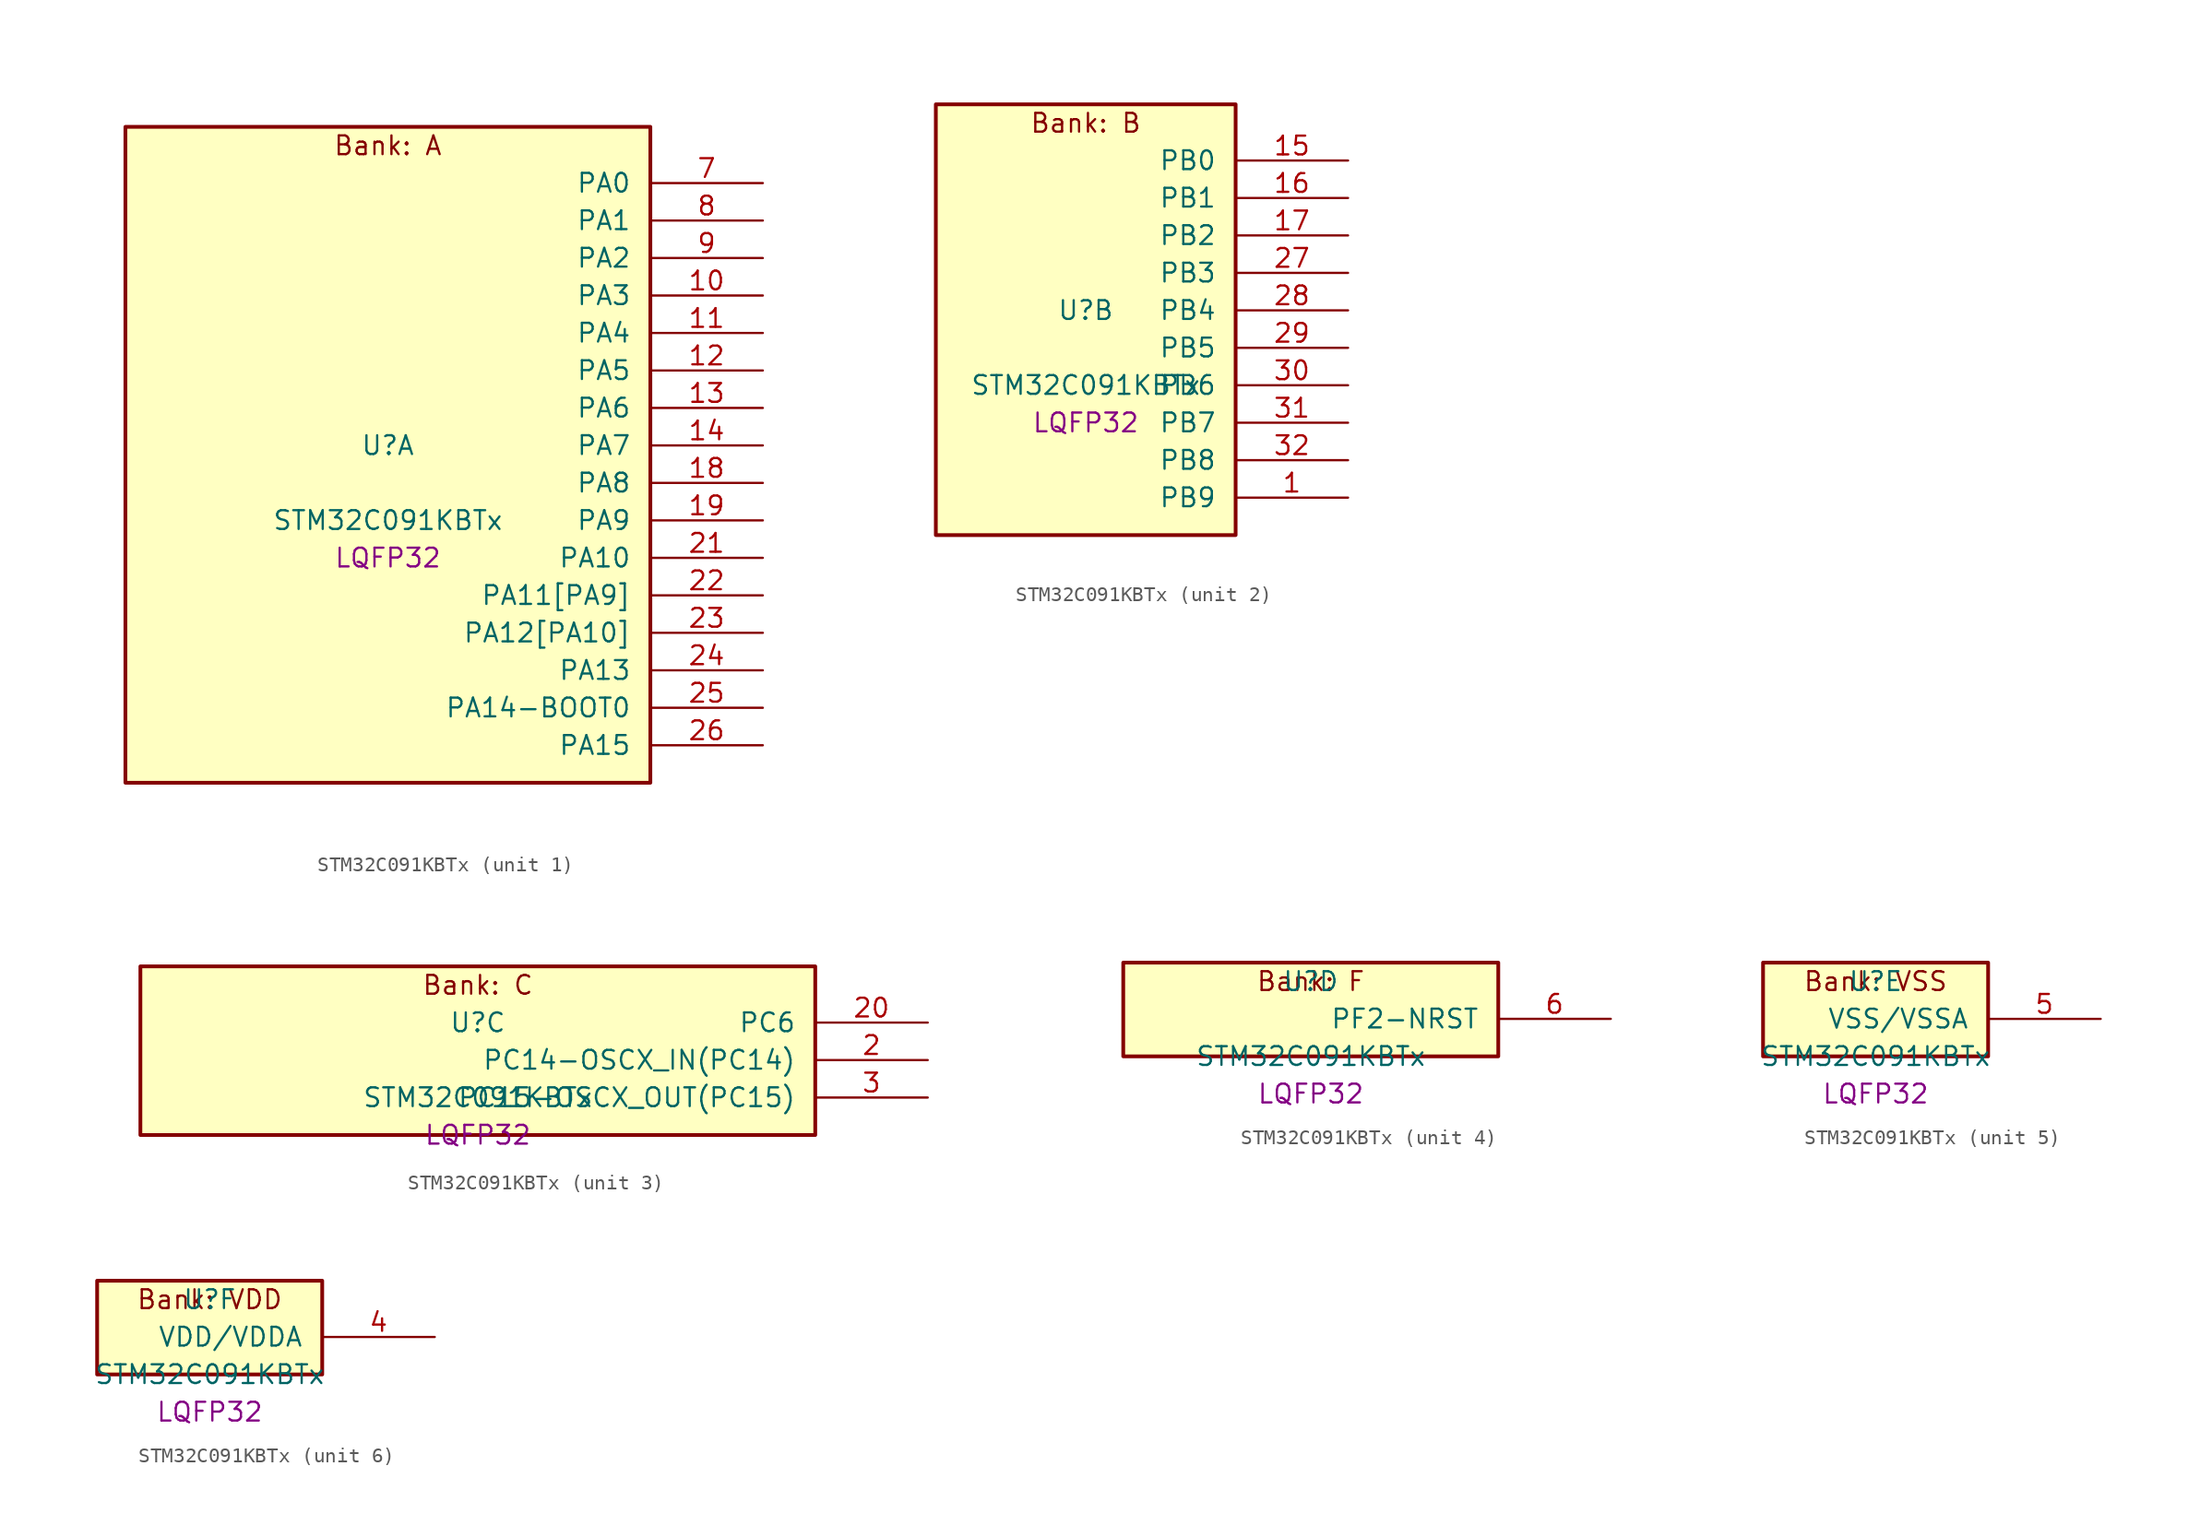
<source format=kicad_sym>
(kicad_symbol_lib
  (version 20241209)
  (generator "stm32_pkl_generator")
  (generator_version "1.0")
  (symbol "STM32C091KBTx"
    (pin_names
      (offset 1.27))
    (property "Reference" "U"
      (at 0 2.54 0))
    (property "Value" "STM32C091KBTx"
      (at 0 -2.54 0))
    (property "Footprint" "LQFP32"
      (at 0 -5.08 0))
    (symbol "STM32C091KBTx_1_1"
      (rectangle (start -17.78 24.13) (end 17.78 -20.32) (stroke (width 0.254) (type solid)) (fill (type background)))
      (text "Bank: A" (at 0 22.86 0))
      (pin bidirectional line (at 25.4 20.32 180) (length 7.62) (name "PA0") (number "7") (alternate "PA0/ADC1_IN0" bidirectional line) (alternate "PA0/PWR_WKUP1" bidirectional line) (alternate "PA0/SPI2_SCK" bidirectional line) (alternate "PA0/TIM16_CH1" bidirectional line) (alternate "PA0/TIM1_CH1" bidirectional line) (alternate "PA0/TIM2_CH1" bidirectional line) (alternate "PA0/TIM2_ETR" bidirectional line) (alternate "PA0/USART1_TX" bidirectional line) (alternate "PA0/USART2_CTS" bidirectional line) (alternate "PA0/USART2_NSS" bidirectional line) (alternate "PA0/USART4_TX" bidirectional line))
      (pin bidirectional line (at 25.4 17.78 180) (length 7.62) (name "PA1") (number "8") (alternate "PA1/ADC1_IN1" bidirectional line) (alternate "PA1/I2C1_SMBA" bidirectional line) (alternate "PA1/I2S1_CK" bidirectional line) (alternate "PA1/SPI1_SCK" bidirectional line) (alternate "PA1/TIM15_CH1N" bidirectional line) (alternate "PA1/TIM17_CH1" bidirectional line) (alternate "PA1/TIM1_CH2" bidirectional line) (alternate "PA1/TIM2_CH2" bidirectional line) (alternate "PA1/USART1_RX" bidirectional line) (alternate "PA1/USART2_CK" bidirectional line) (alternate "PA1/USART2_DE" bidirectional line) (alternate "PA1/USART2_RTS" bidirectional line) (alternate "PA1/USART4_RX" bidirectional line))
      (pin bidirectional line (at 25.4 15.24 180) (length 7.62) (name "PA2") (number "9") (alternate "PA2/ADC1_IN2" bidirectional line) (alternate "PA2/I2S1_SD" bidirectional line) (alternate "PA2/PWR_WKUP4" bidirectional line) (alternate "PA2/RCC_LSCO" bidirectional line) (alternate "PA2/SPI1_MOSI" bidirectional line) (alternate "PA2/TIM15_CH1" bidirectional line) (alternate "PA2/TIM16_CH1N" bidirectional line) (alternate "PA2/TIM1_CH3" bidirectional line) (alternate "PA2/TIM2_CH3" bidirectional line) (alternate "PA2/TIM3_ETR" bidirectional line) (alternate "PA2/USART2_TX" bidirectional line))
      (pin bidirectional line (at 25.4 12.7 180) (length 7.62) (name "PA3") (number "10") (alternate "PA3/ADC1_IN3" bidirectional line) (alternate "PA3/SPI2_MISO" bidirectional line) (alternate "PA3/TIM15_CH2" bidirectional line) (alternate "PA3/TIM1_CH1N" bidirectional line) (alternate "PA3/TIM1_CH4" bidirectional line) (alternate "PA3/TIM2_CH4" bidirectional line) (alternate "PA3/USART2_RX" bidirectional line))
      (pin bidirectional line (at 25.4 10.16 180) (length 7.62) (name "PA4") (number "11") (alternate "PA4/ADC1_IN4" bidirectional line) (alternate "PA4/I2S1_WS" bidirectional line) (alternate "PA4/PWR_WKUP2" bidirectional line) (alternate "PA4/RTC_OUT1" bidirectional line) (alternate "PA4/RTC_TS" bidirectional line) (alternate "PA4/SPI1_NSS" bidirectional line) (alternate "PA4/SPI2_MOSI" bidirectional line) (alternate "PA4/TIM14_CH1" bidirectional line) (alternate "PA4/TIM17_CH1N" bidirectional line) (alternate "PA4/TIM1_CH2N" bidirectional line) (alternate "PA4/USART2_TX" bidirectional line))
      (pin bidirectional line (at 25.4 7.62 180) (length 7.62) (name "PA5") (number "12") (alternate "PA5/ADC1_IN5" bidirectional line) (alternate "PA5/I2S1_CK" bidirectional line) (alternate "PA5/SPI1_SCK" bidirectional line) (alternate "PA5/TIM1_CH1" bidirectional line) (alternate "PA5/TIM1_CH3N" bidirectional line) (alternate "PA5/TIM2_CH1" bidirectional line) (alternate "PA5/TIM2_ETR" bidirectional line) (alternate "PA5/USART2_RX" bidirectional line) (alternate "PA5/USART3_TX" bidirectional line))
      (pin bidirectional line (at 25.4 5.08 180) (length 7.62) (name "PA6") (number "13") (alternate "PA6/ADC1_IN6" bidirectional line) (alternate "PA6/I2C2_SDA" bidirectional line) (alternate "PA6/I2S1_MCK" bidirectional line) (alternate "PA6/SPI1_MISO" bidirectional line) (alternate "PA6/TIM16_CH1" bidirectional line) (alternate "PA6/TIM1_BKIN" bidirectional line) (alternate "PA6/TIM3_CH1" bidirectional line) (alternate "PA6/USART3_CTS" bidirectional line) (alternate "PA6/USART3_NSS" bidirectional line))
      (pin bidirectional line (at 25.4 2.54 180) (length 7.62) (name "PA7") (number "14") (alternate "PA7/ADC1_IN7" bidirectional line) (alternate "PA7/I2C2_SCL" bidirectional line) (alternate "PA7/I2S1_SD" bidirectional line) (alternate "PA7/SPI1_MOSI" bidirectional line) (alternate "PA7/TIM14_CH1" bidirectional line) (alternate "PA7/TIM17_CH1" bidirectional line) (alternate "PA7/TIM1_CH1N" bidirectional line) (alternate "PA7/TIM3_CH2" bidirectional line))
      (pin bidirectional line (at 25.4 0 180) (length 7.62) (name "PA8") (number "18") (alternate "PA8/ADC1_IN8" bidirectional line) (alternate "PA8/I2S1_WS" bidirectional line) (alternate "PA8/RCC_MCO" bidirectional line) (alternate "PA8/RCC_MCO_2" bidirectional line) (alternate "PA8/SPI1_NSS" bidirectional line) (alternate "PA8/SPI2_MISO" bidirectional line) (alternate "PA8/SPI2_NSS" bidirectional line) (alternate "PA8/TIM14_CH1" bidirectional line) (alternate "PA8/TIM1_CH1" bidirectional line) (alternate "PA8/TIM1_CH2N" bidirectional line) (alternate "PA8/TIM1_CH3N" bidirectional line) (alternate "PA8/TIM3_CH3" bidirectional line) (alternate "PA8/TIM3_CH4" bidirectional line) (alternate "PA8/USART1_RX" bidirectional line) (alternate "PA8/USART2_TX" bidirectional line))
      (pin bidirectional line (at 25.4 -2.54 180) (length 7.62) (name "PA9") (number "19") (alternate "PA9/I2C1_SCL" bidirectional line) (alternate "PA9/I2C2_SCL" bidirectional line) (alternate "PA9/RCC_MCO" bidirectional line) (alternate "PA9/SPI2_MISO" bidirectional line) (alternate "PA9/TIM15_BKIN" bidirectional line) (alternate "PA9/TIM1_CH2" bidirectional line) (alternate "PA9/TIM3_ETR" bidirectional line) (alternate "PA9/USART1_TX" bidirectional line) (alternate "PA9/NC" bidirectional line))
      (pin bidirectional line (at 25.4 -5.08 180) (length 7.62) (name "PA10") (number "21") (alternate "PA10/I2C1_SDA" bidirectional line) (alternate "PA10/I2C2_SDA" bidirectional line) (alternate "PA10/RCC_MCO_2" bidirectional line) (alternate "PA10/SPI2_MOSI" bidirectional line) (alternate "PA10/TIM17_BKIN" bidirectional line) (alternate "PA10/TIM1_CH3" bidirectional line) (alternate "PA10/USART1_RX" bidirectional line) (alternate "PA10/NC" bidirectional line))
      (pin bidirectional line (at 25.4 -7.62 180) (length 7.62) (name "PA11[PA9]") (number "22") (alternate "PA11[PA9]/ADC1_EXTI11" bidirectional line) (alternate "PA11[PA9]/I2C2_SCL" bidirectional line) (alternate "PA11[PA9]/I2S1_MCK" bidirectional line) (alternate "PA11[PA9]/SPI1_MISO" bidirectional line) (alternate "PA11[PA9]/TIM1_BKIN2" bidirectional line) (alternate "PA11[PA9]/TIM1_CH4" bidirectional line) (alternate "PA11[PA9]/USART1_CTS" bidirectional line) (alternate "PA11[PA9]/USART1_NSS" bidirectional line) (alternate "PA11[PA9]/PA9[PA11]" bidirectional line) (alternate "PA11[PA9]/I2C1_SCL" bidirectional line) (alternate "PA11[PA9]/RCC_MCO" bidirectional line) (alternate "PA11[PA9]/SPI2_MISO" bidirectional line) (alternate "PA11[PA9]/TIM15_BKIN" bidirectional line) (alternate "PA11[PA9]/TIM1_CH2" bidirectional line) (alternate "PA11[PA9]/TIM3_ETR" bidirectional line) (alternate "PA11[PA9]/USART1_TX" bidirectional line))
      (pin bidirectional line (at 25.4 -10.16 180) (length 7.62) (name "PA12[PA10]") (number "23") (alternate "PA12[PA10]/I2C2_SDA" bidirectional line) (alternate "PA12[PA10]/I2S1_SD" bidirectional line) (alternate "PA12[PA10]/I2S_CKIN" bidirectional line) (alternate "PA12[PA10]/SPI1_MOSI" bidirectional line) (alternate "PA12[PA10]/TIM1_ETR" bidirectional line) (alternate "PA12[PA10]/USART1_CK" bidirectional line) (alternate "PA12[PA10]/USART1_DE" bidirectional line) (alternate "PA12[PA10]/USART1_RTS" bidirectional line) (alternate "PA12[PA10]/PA10[PA12]" bidirectional line) (alternate "PA12[PA10]/I2C1_SDA" bidirectional line) (alternate "PA12[PA10]/RCC_MCO_2" bidirectional line) (alternate "PA12[PA10]/SPI2_MOSI" bidirectional line) (alternate "PA12[PA10]/TIM17_BKIN" bidirectional line) (alternate "PA12[PA10]/TIM1_CH3" bidirectional line) (alternate "PA12[PA10]/USART1_RX" bidirectional line))
      (pin bidirectional line (at 25.4 -12.7 180) (length 7.62) (name "PA13") (number "24") (alternate "PA13/ADC1_IN13" bidirectional line) (alternate "PA13/DEBUG_SWDIO" bidirectional line) (alternate "PA13/IR_OUT" bidirectional line) (alternate "PA13/TIM3_ETR" bidirectional line) (alternate "PA13/USART2_RX" bidirectional line))
      (pin bidirectional line (at 25.4 -15.24 180) (length 7.62) (name "PA14-BOOT0") (number "25") (alternate "PA14-BOOT0/ADC1_IN14" bidirectional line) (alternate "PA14-BOOT0/BOOT0" bidirectional line) (alternate "PA14-BOOT0/DEBUG_SWCLK" bidirectional line) (alternate "PA14-BOOT0/I2S1_WS" bidirectional line) (alternate "PA14-BOOT0/RCC_MCO_2" bidirectional line) (alternate "PA14-BOOT0/SPI1_NSS" bidirectional line) (alternate "PA14-BOOT0/TIM1_CH1" bidirectional line) (alternate "PA14-BOOT0/USART1_CK" bidirectional line) (alternate "PA14-BOOT0/USART1_DE" bidirectional line) (alternate "PA14-BOOT0/USART1_RTS" bidirectional line) (alternate "PA14-BOOT0/USART2_RX" bidirectional line) (alternate "PA14-BOOT0/USART2_TX" bidirectional line))
      (pin bidirectional line (at 25.4 -17.78 180) (length 7.62) (name "PA15") (number "26") (alternate "PA15/I2S1_WS" bidirectional line) (alternate "PA15/RCC_MCO_2" bidirectional line) (alternate "PA15/SPI1_NSS" bidirectional line) (alternate "PA15/TIM1_CH1" bidirectional line) (alternate "PA15/TIM2_CH1" bidirectional line) (alternate "PA15/TIM2_ETR" bidirectional line) (alternate "PA15/USART1_CK" bidirectional line) (alternate "PA15/USART1_DE" bidirectional line) (alternate "PA15/USART1_RTS" bidirectional line) (alternate "PA15/USART2_RX" bidirectional line) (alternate "PA15/USART3_CK" bidirectional line) (alternate "PA15/USART3_DE" bidirectional line) (alternate "PA15/USART3_RTS" bidirectional line) (alternate "PA15/USART4_CK" bidirectional line) (alternate "PA15/USART4_DE" bidirectional line) (alternate "PA15/USART4_RTS" bidirectional line)))
    (symbol "STM32C091KBTx_2_1"
      (rectangle (start -10.16 16.51) (end 10.16 -12.7) (stroke (width 0.254) (type solid)) (fill (type background)))
      (text "Bank: B" (at 0 15.24 0))
      (pin bidirectional line (at 17.78 12.7 180) (length 7.62) (name "PB0") (number "15") (alternate "PB0/ADC1_IN17" bidirectional line) (alternate "PB0/I2S1_WS" bidirectional line) (alternate "PB0/SPI1_NSS" bidirectional line) (alternate "PB0/TIM1_CH2N" bidirectional line) (alternate "PB0/TIM3_CH3" bidirectional line) (alternate "PB0/USART3_RX" bidirectional line))
      (pin bidirectional line (at 17.78 10.16 180) (length 7.62) (name "PB1") (number "16") (alternate "PB1/ADC1_IN18" bidirectional line) (alternate "PB1/TIM14_CH1" bidirectional line) (alternate "PB1/TIM1_CH2N" bidirectional line) (alternate "PB1/TIM1_CH3N" bidirectional line) (alternate "PB1/TIM3_CH4" bidirectional line) (alternate "PB1/USART3_CK" bidirectional line) (alternate "PB1/USART3_DE" bidirectional line) (alternate "PB1/USART3_RTS" bidirectional line))
      (pin bidirectional line (at 17.78 7.62 180) (length 7.62) (name "PB2") (number "17") (alternate "PB2/ADC1_IN19" bidirectional line) (alternate "PB2/RCC_MCO_2" bidirectional line) (alternate "PB2/SPI2_MISO" bidirectional line) (alternate "PB2/USART1_RX" bidirectional line) (alternate "PB2/USART3_TX" bidirectional line))
      (pin bidirectional line (at 17.78 5.08 180) (length 7.62) (name "PB3") (number "27") (alternate "PB3/I2C2_SCL" bidirectional line) (alternate "PB3/I2S1_CK" bidirectional line) (alternate "PB3/SPI1_SCK" bidirectional line) (alternate "PB3/TIM1_CH2" bidirectional line) (alternate "PB3/TIM2_CH2" bidirectional line) (alternate "PB3/TIM3_CH2" bidirectional line) (alternate "PB3/USART1_CK" bidirectional line) (alternate "PB3/USART1_DE" bidirectional line) (alternate "PB3/USART1_RTS" bidirectional line))
      (pin bidirectional line (at 17.78 2.54 180) (length 7.62) (name "PB4") (number "28") (alternate "PB4/I2C2_SDA" bidirectional line) (alternate "PB4/I2S1_MCK" bidirectional line) (alternate "PB4/SPI1_MISO" bidirectional line) (alternate "PB4/TIM17_BKIN" bidirectional line) (alternate "PB4/TIM3_CH1" bidirectional line) (alternate "PB4/USART1_CTS" bidirectional line) (alternate "PB4/USART1_NSS" bidirectional line))
      (pin bidirectional line (at 17.78 0 180) (length 7.62) (name "PB5") (number "29") (alternate "PB5/I2C1_SMBA" bidirectional line) (alternate "PB5/I2S1_SD" bidirectional line) (alternate "PB5/PWR_WKUP6" bidirectional line) (alternate "PB5/SPI1_MOSI" bidirectional line) (alternate "PB5/TIM16_BKIN" bidirectional line) (alternate "PB5/TIM3_CH2" bidirectional line) (alternate "PB5/TIM3_CH3" bidirectional line))
      (pin bidirectional line (at 17.78 -2.54 180) (length 7.62) (name "PB6") (number "30") (alternate "PB6/I2C1_SCL" bidirectional line) (alternate "PB6/I2C1_SMBA" bidirectional line) (alternate "PB6/I2S1_CK" bidirectional line) (alternate "PB6/I2S1_MCK" bidirectional line) (alternate "PB6/I2S1_SD" bidirectional line) (alternate "PB6/PWR_WKUP3" bidirectional line) (alternate "PB6/SPI1_MISO" bidirectional line) (alternate "PB6/SPI1_MOSI" bidirectional line) (alternate "PB6/SPI1_SCK" bidirectional line) (alternate "PB6/SPI2_MISO" bidirectional line) (alternate "PB6/TIM16_BKIN" bidirectional line) (alternate "PB6/TIM16_CH1N" bidirectional line) (alternate "PB6/TIM1_CH2" bidirectional line) (alternate "PB6/TIM1_CH3" bidirectional line) (alternate "PB6/TIM3_CH1" bidirectional line) (alternate "PB6/TIM3_CH2" bidirectional line) (alternate "PB6/TIM3_CH3" bidirectional line) (alternate "PB6/USART1_CTS" bidirectional line) (alternate "PB6/USART1_NSS" bidirectional line) (alternate "PB6/USART1_TX" bidirectional line))
      (pin bidirectional line (at 17.78 -5.08 180) (length 7.62) (name "PB7") (number "31") (alternate "PB7/I2C1_SCL" bidirectional line) (alternate "PB7/I2C1_SDA" bidirectional line) (alternate "PB7/RTC_REFIN" bidirectional line) (alternate "PB7/SPI2_MOSI" bidirectional line) (alternate "PB7/TIM16_CH1" bidirectional line) (alternate "PB7/TIM17_CH1N" bidirectional line) (alternate "PB7/TIM1_CH4" bidirectional line) (alternate "PB7/TIM3_CH1" bidirectional line) (alternate "PB7/TIM3_CH4" bidirectional line) (alternate "PB7/USART1_RX" bidirectional line) (alternate "PB7/USART2_CTS" bidirectional line) (alternate "PB7/USART2_NSS" bidirectional line) (alternate "PB7/USART4_CTS" bidirectional line) (alternate "PB7/USART4_NSS" bidirectional line))
      (pin bidirectional line (at 17.78 -7.62 180) (length 7.62) (name "PB8") (number "32") (alternate "PB8/I2C1_SCL" bidirectional line) (alternate "PB8/SPI2_SCK" bidirectional line) (alternate "PB8/TIM15_BKIN" bidirectional line) (alternate "PB8/TIM16_CH1" bidirectional line) (alternate "PB8/TIM3_CH1" bidirectional line) (alternate "PB8/USART2_CTS" bidirectional line) (alternate "PB8/USART2_NSS" bidirectional line) (alternate "PB8/USART3_TX" bidirectional line))
      (pin bidirectional line (at 17.78 -10.16 180) (length 7.62) (name "PB9") (number "1") (alternate "PB9/I2C1_SDA" bidirectional line) (alternate "PB9/IR_OUT" bidirectional line) (alternate "PB9/SPI2_NSS" bidirectional line) (alternate "PB9/TIM17_CH1" bidirectional line) (alternate "PB9/TIM3_CH2" bidirectional line) (alternate "PB9/USART2_CK" bidirectional line) (alternate "PB9/USART2_DE" bidirectional line) (alternate "PB9/USART2_RTS" bidirectional line) (alternate "PB9/USART3_RX" bidirectional line)))
    (symbol "STM32C091KBTx_3_1"
      (rectangle (start -22.86 6.35) (end 22.86 -5.08) (stroke (width 0.254) (type solid)) (fill (type background)))
      (text "Bank: C" (at 0 5.08 0))
      (pin bidirectional line (at 30.48 2.54 180) (length 7.62) (name "PC6") (number "20") (alternate "PC6/TIM2_CH3" bidirectional line) (alternate "PC6/TIM3_CH1" bidirectional line))
      (pin bidirectional line (at 30.48 0 180) (length 7.62) (name "PC14-OSCX_IN(PC14)") (number "2") (alternate "PC14-OSCX_IN(PC14)/I2C1_SDA" bidirectional line) (alternate "PC14-OSCX_IN(PC14)/IR_OUT" bidirectional line) (alternate "PC14-OSCX_IN(PC14)/RCC_OSCX_IN" bidirectional line) (alternate "PC14-OSCX_IN(PC14)/SPI2_NSS" bidirectional line) (alternate "PC14-OSCX_IN(PC14)/TIM17_CH1" bidirectional line) (alternate "PC14-OSCX_IN(PC14)/TIM1_BKIN2" bidirectional line) (alternate "PC14-OSCX_IN(PC14)/TIM1_ETR" bidirectional line) (alternate "PC14-OSCX_IN(PC14)/TIM3_CH2" bidirectional line) (alternate "PC14-OSCX_IN(PC14)/USART1_TX" bidirectional line) (alternate "PC14-OSCX_IN(PC14)/USART2_CK" bidirectional line) (alternate "PC14-OSCX_IN(PC14)/USART2_DE" bidirectional line) (alternate "PC14-OSCX_IN(PC14)/USART2_RTS" bidirectional line) (alternate "PC14-OSCX_IN(PC14)/USART3_TX" bidirectional line))
      (pin bidirectional line (at 30.48 -2.54 180) (length 7.62) (name "PC15-OSCX_OUT(PC15)") (number "3") (alternate "PC15-OSCX_OUT(PC15)/RCC_OSC32_EN" bidirectional line) (alternate "PC15-OSCX_OUT(PC15)/RCC_OSCX_OUT" bidirectional line) (alternate "PC15-OSCX_OUT(PC15)/RCC_OSC_EN" bidirectional line) (alternate "PC15-OSCX_OUT(PC15)/TIM15_BKIN" bidirectional line) (alternate "PC15-OSCX_OUT(PC15)/TIM1_ETR" bidirectional line) (alternate "PC15-OSCX_OUT(PC15)/TIM3_CH3" bidirectional line)))
    (symbol "STM32C091KBTx_4_1"
      (rectangle (start -12.7 3.81) (end 12.7 -2.54) (stroke (width 0.254) (type solid)) (fill (type background)))
      (text "Bank: F" (at 0 2.54 0))
      (pin bidirectional line (at 20.32 0 180) (length 7.62) (name "PF2-NRST") (number "6") (alternate "PF2-NRST/RCC_MCO" bidirectional line) (alternate "PF2-NRST/TIM1_CH4" bidirectional line)))
    (symbol "STM32C091KBTx_5_1"
      (rectangle (start -7.62 3.81) (end 7.62 -2.54) (stroke (width 0.254) (type solid)) (fill (type background)))
      (text "Bank: VSS" (at 0 2.54 0))
      (pin power_in line (at 15.24 0 180) (length 7.62) (name "VSS/VSSA") (number "5")))
    (symbol "STM32C091KBTx_6_1"
      (rectangle (start -7.62 3.81) (end 7.62 -2.54) (stroke (width 0.254) (type solid)) (fill (type background)))
      (text "Bank: VDD" (at 0 2.54 0))
      (pin power_in line (at 15.24 0 180) (length 7.62) (name "VDD/VDDA") (number "4")))))
</source>
